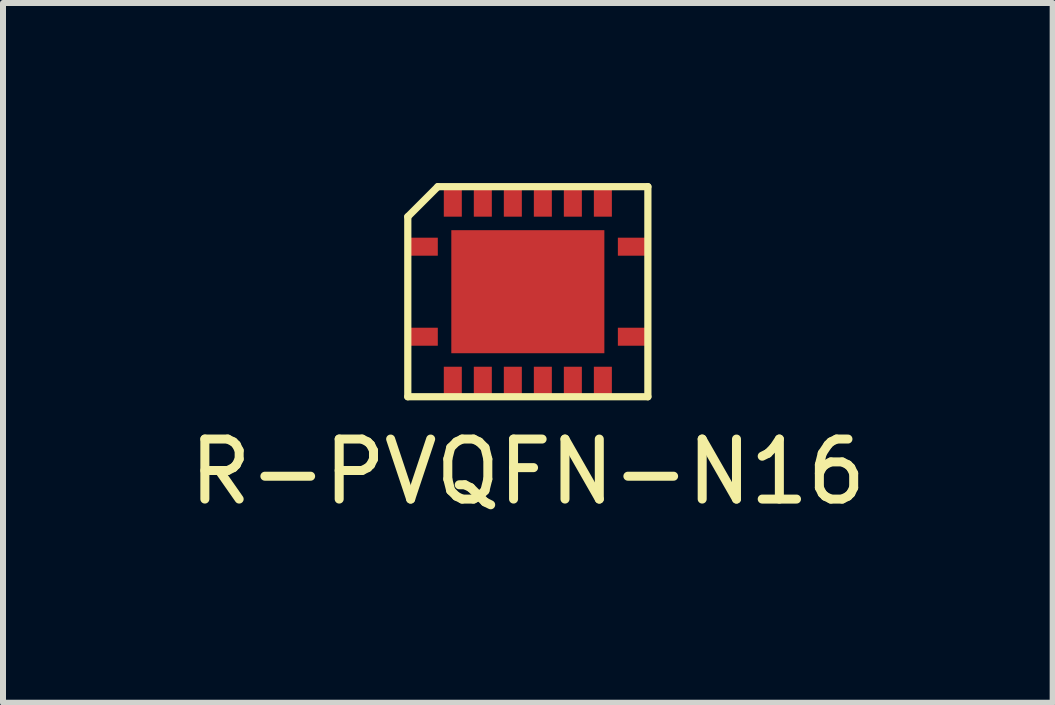
<source format=kicad_pcb>
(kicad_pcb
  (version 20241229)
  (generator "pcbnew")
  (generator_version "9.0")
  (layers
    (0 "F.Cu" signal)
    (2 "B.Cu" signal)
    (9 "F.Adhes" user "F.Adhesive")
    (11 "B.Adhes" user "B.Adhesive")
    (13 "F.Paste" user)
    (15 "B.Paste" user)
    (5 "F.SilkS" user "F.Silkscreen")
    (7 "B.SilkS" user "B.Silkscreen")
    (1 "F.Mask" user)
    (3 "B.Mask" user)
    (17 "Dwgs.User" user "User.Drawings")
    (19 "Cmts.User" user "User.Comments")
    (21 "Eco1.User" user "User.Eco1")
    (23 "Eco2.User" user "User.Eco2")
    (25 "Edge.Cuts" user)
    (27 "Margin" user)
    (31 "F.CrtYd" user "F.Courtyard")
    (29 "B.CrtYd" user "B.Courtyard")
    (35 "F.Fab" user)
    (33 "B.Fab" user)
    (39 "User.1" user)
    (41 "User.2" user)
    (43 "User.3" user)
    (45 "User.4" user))
  (footprint "R-PVQFN-N16"
    (layer "F.Cu")
    (at 5.744 1.81)
    (property "Reference" "R-PVQFN-N16" (at 0 3 0) (layer "F.SilkS") (effects (font (size 1 1) (thickness 0.15))))
    (attr through_hole)
    (fp_line (start -2 -1.25) (end -1.5 -1.75) (stroke (width 0.12) (type solid)) (layer "F.SilkS"))
    (fp_line (start -2 1.75) (end -2 -1.25) (stroke (width 0.12) (type solid)) (layer "F.SilkS"))
    (fp_line (start -1.5 -1.75) (end 2 -1.75) (stroke (width 0.12) (type solid)) (layer "F.SilkS"))
    (fp_line (start 2 -1.75) (end 2 1.75) (stroke (width 0.12) (type solid)) (layer "F.SilkS"))
    (fp_line (start 2 1.75) (end -2 1.75) (stroke (width 0.12) (type solid)) (layer "F.SilkS"))
    (pad "0" smd rect (at 0 0 90) (size 2.05 2.55) (layers "F.Cu" "F.Mask" "F.Paste"))
    (pad "1" smd rect (at -1.75 -0.75) (size 0.5 0.3) (layers "F.Cu" "F.Mask" "F.Paste"))
    (pad "2" smd rect (at -1.25 -1.5) (size 0.3 0.5) (layers "F.Cu" "F.Mask" "F.Paste"))
    (pad "3" smd rect (at -0.75 -1.5) (size 0.3 0.5) (layers "F.Cu" "F.Mask" "F.Paste"))
    (pad "4" smd rect (at -0.25 -1.5) (size 0.3 0.5) (layers "F.Cu" "F.Mask" "F.Paste"))
    (pad "5" smd rect (at 0.25 -1.5) (size 0.3 0.5) (layers "F.Cu" "F.Mask" "F.Paste"))
    (pad "6" smd rect (at 0.75 -1.5) (size 0.3 0.5) (layers "F.Cu" "F.Mask" "F.Paste"))
    (pad "7" smd rect (at 1.25 -1.5) (size 0.3 0.5) (layers "F.Cu" "F.Mask" "F.Paste"))
    (pad "8" smd rect (at 1.75 -0.75 90) (size 0.3 0.5) (layers "F.Cu" "F.Mask" "F.Paste"))
    (pad "9" smd rect (at 1.75 0.75 90) (size 0.3 0.5) (layers "F.Cu" "F.Mask" "F.Paste"))
    (pad "10" smd rect (at 1.25 1.5) (size 0.3 0.5) (layers "F.Cu" "F.Mask" "F.Paste"))
    (pad "11" smd rect (at 0.75 1.5) (size 0.3 0.5) (layers "F.Cu" "F.Mask" "F.Paste"))
    (pad "12" smd rect (at 0.25 1.5) (size 0.3 0.5) (layers "F.Cu" "F.Mask" "F.Paste"))
    (pad "13" smd rect (at -0.25 1.5) (size 0.3 0.5) (layers "F.Cu" "F.Mask" "F.Paste"))
    (pad "14" smd rect (at -0.75 1.5) (size 0.3 0.5) (layers "F.Cu" "F.Mask" "F.Paste"))
    (pad "15" smd rect (at -1.25 1.5) (size 0.3 0.5) (layers "F.Cu" "F.Mask" "F.Paste"))
    (pad "16" smd rect (at -1.75 0.75 90) (size 0.3 0.5) (layers "F.Cu" "F.Mask" "F.Paste")))
  (gr_rect
    (start -3 -3)
    (end 14.488 8.658)
    (stroke (width 0.1) (type default))
    (fill no)
    (layer "Edge.Cuts")))
</source>
